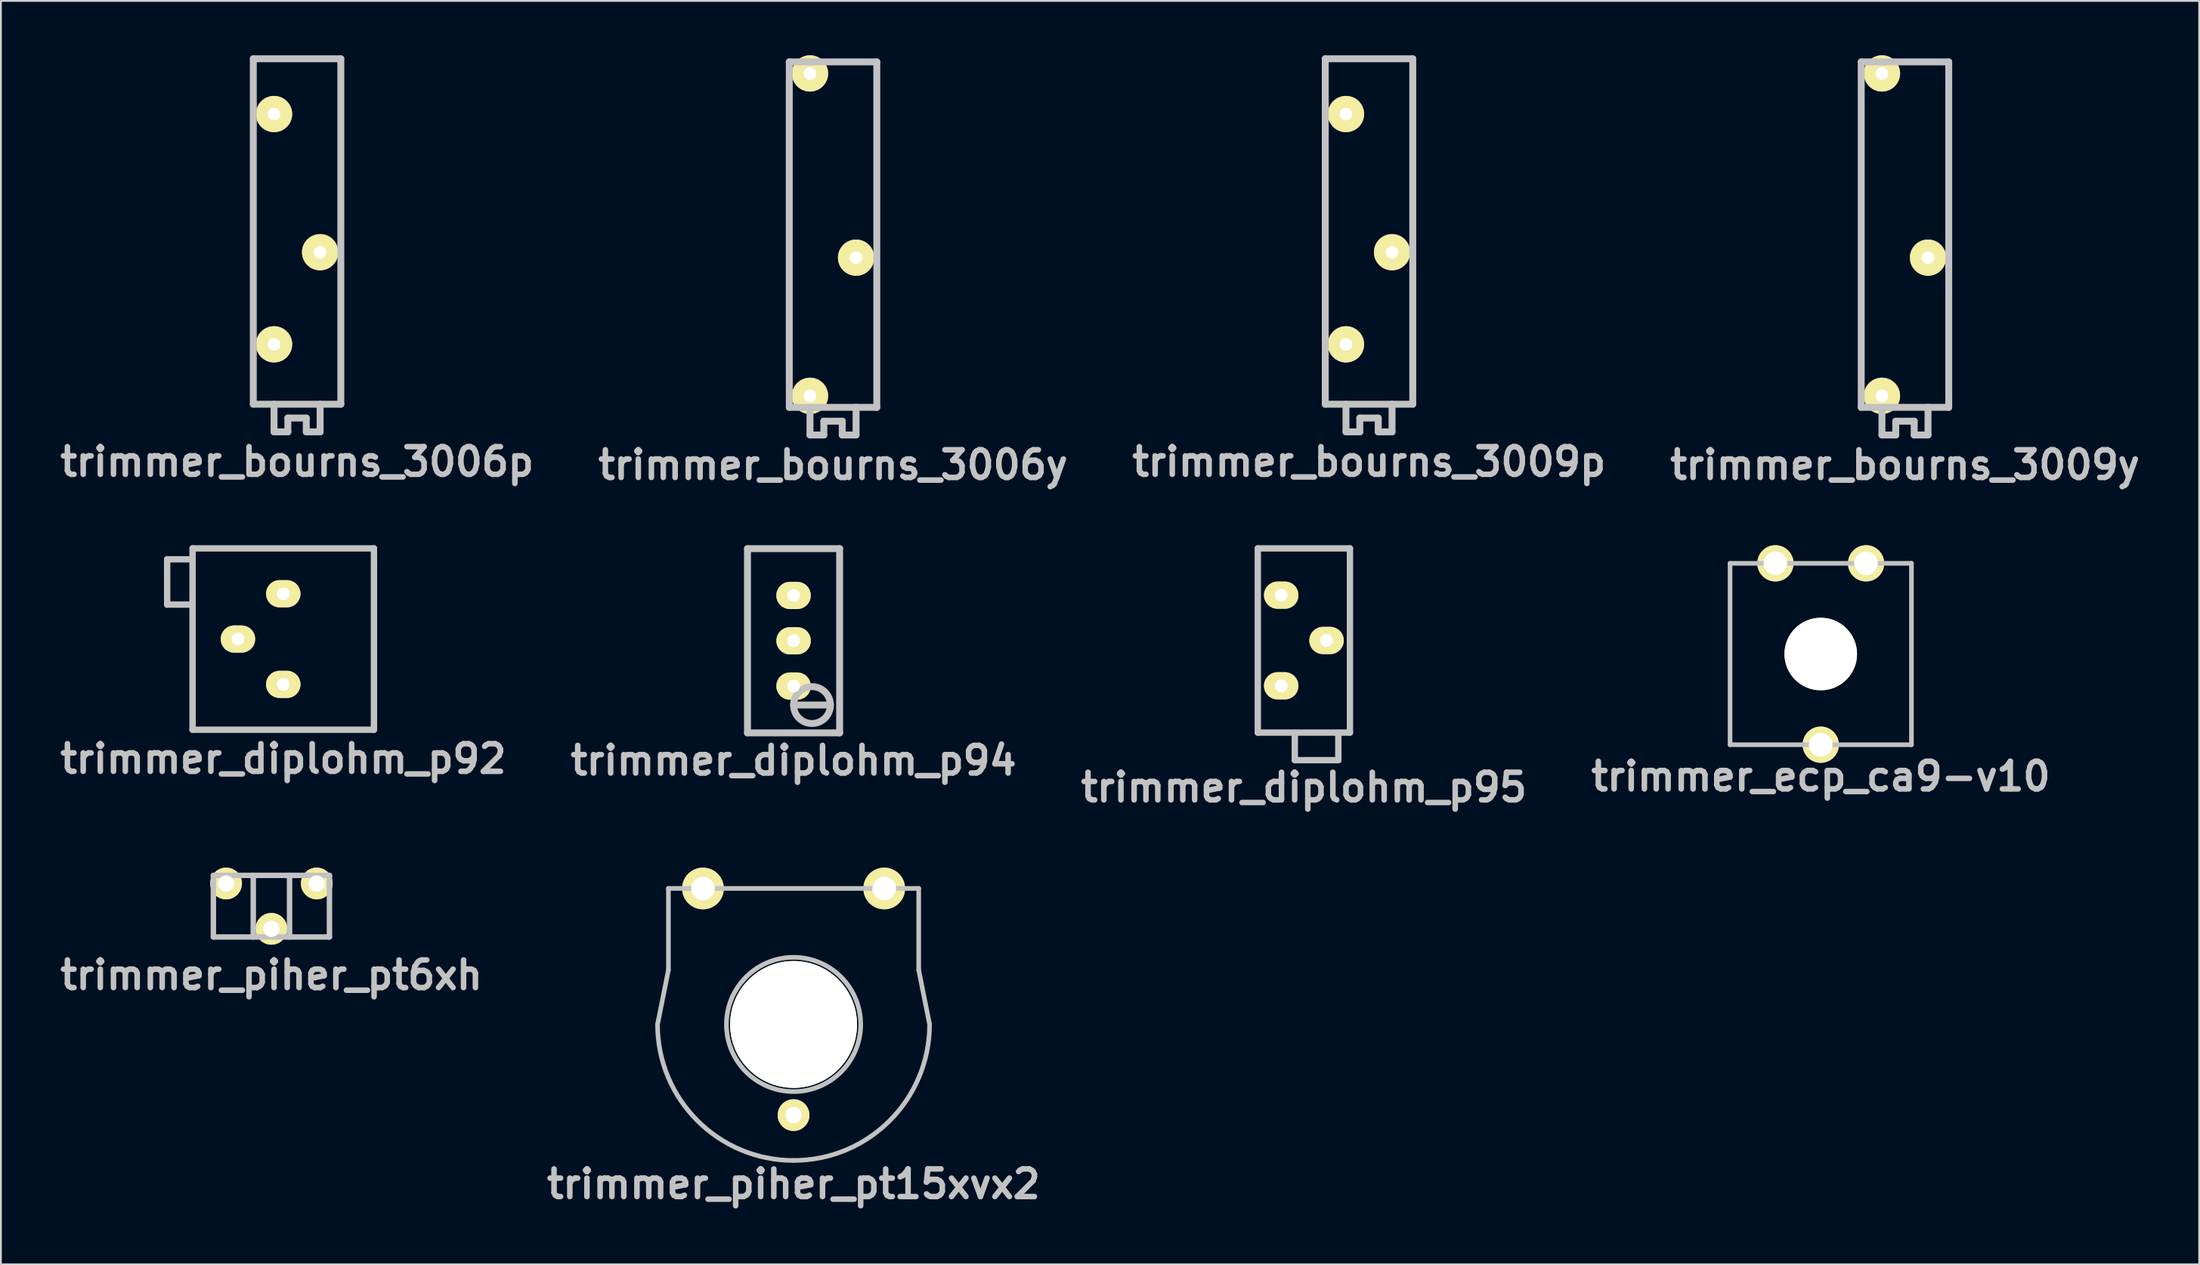
<source format=kicad_pcb>
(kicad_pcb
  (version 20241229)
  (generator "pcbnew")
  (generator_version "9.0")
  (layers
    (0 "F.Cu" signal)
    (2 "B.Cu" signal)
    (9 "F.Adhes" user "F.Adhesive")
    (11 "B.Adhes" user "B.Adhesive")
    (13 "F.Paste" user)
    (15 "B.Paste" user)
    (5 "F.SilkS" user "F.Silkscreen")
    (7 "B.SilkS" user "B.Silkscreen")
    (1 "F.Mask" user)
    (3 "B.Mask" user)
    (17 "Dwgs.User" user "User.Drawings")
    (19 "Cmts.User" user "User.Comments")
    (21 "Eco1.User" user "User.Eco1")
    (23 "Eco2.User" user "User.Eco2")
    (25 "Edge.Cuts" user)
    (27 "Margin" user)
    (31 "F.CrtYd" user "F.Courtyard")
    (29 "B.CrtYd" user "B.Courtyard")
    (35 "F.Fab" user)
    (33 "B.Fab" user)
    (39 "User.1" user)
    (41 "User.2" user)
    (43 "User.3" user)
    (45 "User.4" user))
  (footprint "trimmer_piher_pt6xh"
    (layer "F.Cu")
    (at 11.916 46.922)
    (property "Reference" "trimmer_piher_pt6xh" (at 0 3.8 0) (layer "Dwgs.User") (effects (font (size 1.524 1.524) (thickness 0.305))))
    (attr through_hole)
    (fp_line (start -3.2 -1.699) (end 3.2 -1.699) (stroke (width 0.3) (type solid)) (layer "Dwgs.User"))
    (fp_line (start -3.2 1.699) (end -3.2 -1.699) (stroke (width 0.3) (type solid)) (layer "Dwgs.User"))
    (fp_line (start -1.001 -1.699) (end -1.001 1.699) (stroke (width 0.3) (type solid)) (layer "Dwgs.User"))
    (fp_line (start 1.001 -1.699) (end 1.001 1.699) (stroke (width 0.3) (type solid)) (layer "Dwgs.User"))
    (fp_line (start 3.2 -1.699) (end 3.2 1.699) (stroke (width 0.3) (type solid)) (layer "Dwgs.User"))
    (fp_line (start 3.2 1.699) (end -3.2 1.699) (stroke (width 0.3) (type solid)) (layer "Dwgs.User"))
    (pad "1" thru_hole circle (at 2.499 -1.25) (size 1.75 1.75) (drill 0.899) (layers "*.Cu" "*.Mask" "F.SilkS"))
    (pad "2" thru_hole circle (at 0 1.25) (size 1.75 1.75) (drill 0.899) (layers "*.Cu" "*.Mask" "F.SilkS"))
    (pad "3" thru_hole circle (at -2.499 -1.25) (size 1.75 1.75) (drill 0.899) (layers "*.Cu" "*.Mask" "F.SilkS")))
  (footprint "trimmer_diplohm_p95"
    (layer "F.Cu")
    (at 68.847 32.271)
    (property "Reference" "trimmer_diplohm_p95" (at 0 8.1 0) (layer "Dwgs.User") (effects (font (size 1.524 1.524) (thickness 0.305))))
    (attr through_hole)
    (fp_line (start -2.54 5.08) (end -2.54 -5.08) (stroke (width 0.351) (type solid)) (layer "Dwgs.User"))
    (fp_line (start -0.5 5.1) (end -0.5 6.599) (stroke (width 0.351) (type solid)) (layer "Dwgs.User"))
    (fp_line (start -0.498 6.599) (end 1.9 6.599) (stroke (width 0.351) (type solid)) (layer "Dwgs.User"))
    (fp_line (start 1.9 6.599) (end 1.9 5.1) (stroke (width 0.351) (type solid)) (layer "Dwgs.User"))
    (fp_line (start 2.54 -5.08) (end -2.54 -5.08) (stroke (width 0.351) (type solid)) (layer "Dwgs.User"))
    (fp_line (start 2.54 -5.08) (end 2.54 5.08) (stroke (width 0.351) (type solid)) (layer "Dwgs.User"))
    (fp_line (start 2.54 5.08) (end -2.54 5.08) (stroke (width 0.351) (type solid)) (layer "Dwgs.User"))
    (pad "1" thru_hole oval (at -1.25 -2.499) (size 1.9 1.501) (drill 0.701) (layers "*.Cu" "*.Mask" "F.SilkS"))
    (pad "2" thru_hole oval (at 1.25 0) (size 1.9 1.501) (drill 0.701) (layers "*.Cu" "*.Mask" "F.SilkS"))
    (pad "3" thru_hole oval (at -1.25 2.499) (size 1.9 1.501) (drill 0.701) (layers "*.Cu" "*.Mask" "F.SilkS")))
  (footprint "trimmer_bourns_3009p"
    (layer "F.Cu")
    (at 72.439 9.716)
    (property "Reference" "trimmer_bourns_3009p" (at 0 12.7 0) (layer "Dwgs.User") (effects (font (size 1.524 1.524) (thickness 0.305))))
    (attr through_hole)
    (fp_line (start -2.413 9.525) (end -2.413 -9.525) (stroke (width 0.381) (type solid)) (layer "Dwgs.User"))
    (fp_line (start -1.27 9.525) (end -1.27 11.049) (stroke (width 0.381) (type solid)) (layer "Dwgs.User"))
    (fp_line (start -0.508 10.287) (end 0.508 10.287) (stroke (width 0.381) (type solid)) (layer "Dwgs.User"))
    (fp_line (start -0.508 11.049) (end -1.27 11.049) (stroke (width 0.381) (type solid)) (layer "Dwgs.User"))
    (fp_line (start -0.508 11.049) (end -0.508 10.287) (stroke (width 0.381) (type solid)) (layer "Dwgs.User"))
    (fp_line (start 0.508 10.287) (end 0.508 11.049) (stroke (width 0.381) (type solid)) (layer "Dwgs.User"))
    (fp_line (start 0.508 11.049) (end 1.27 11.049) (stroke (width 0.381) (type solid)) (layer "Dwgs.User"))
    (fp_line (start 1.27 11.049) (end 1.27 9.525) (stroke (width 0.381) (type solid)) (layer "Dwgs.User"))
    (fp_line (start 2.413 -9.525) (end -2.413 -9.525) (stroke (width 0.381) (type solid)) (layer "Dwgs.User"))
    (fp_line (start 2.413 -9.525) (end 2.413 9.525) (stroke (width 0.381) (type solid)) (layer "Dwgs.User"))
    (fp_line (start 2.413 9.525) (end -2.413 9.525) (stroke (width 0.381) (type solid)) (layer "Dwgs.User"))
    (pad "1" thru_hole oval (at -1.27 -6.477) (size 1.999 1.999) (drill 0.701) (layers "*.Cu" "*.Mask" "F.SilkS"))
    (pad "2" thru_hole oval (at 1.27 1.143) (size 1.999 1.999) (drill 0.701) (layers "*.Cu" "*.Mask" "F.SilkS"))
    (pad "3" thru_hole oval (at -1.27 6.223) (size 1.999 1.999) (drill 0.701) (layers "*.Cu" "*.Mask" "F.SilkS")))
  (footprint "trimmer_bourns_3006y"
    (layer "F.Cu")
    (at 42.885 9.889)
    (property "Reference" "trimmer_bourns_3006y" (at 0 12.7 0) (layer "Dwgs.User") (effects (font (size 1.524 1.524) (thickness 0.305))))
    (attr through_hole)
    (fp_line (start -2.413 9.525) (end -2.413 -9.525) (stroke (width 0.381) (type solid)) (layer "Dwgs.User"))
    (fp_line (start -1.27 9.525) (end -1.27 11.049) (stroke (width 0.381) (type solid)) (layer "Dwgs.User"))
    (fp_line (start -0.508 10.287) (end 0.508 10.287) (stroke (width 0.381) (type solid)) (layer "Dwgs.User"))
    (fp_line (start -0.508 11.049) (end -1.27 11.049) (stroke (width 0.381) (type solid)) (layer "Dwgs.User"))
    (fp_line (start -0.508 11.049) (end -0.508 10.287) (stroke (width 0.381) (type solid)) (layer "Dwgs.User"))
    (fp_line (start 0.508 10.287) (end 0.508 11.049) (stroke (width 0.381) (type solid)) (layer "Dwgs.User"))
    (fp_line (start 0.508 11.049) (end 1.27 11.049) (stroke (width 0.381) (type solid)) (layer "Dwgs.User"))
    (fp_line (start 1.27 11.049) (end 1.27 9.525) (stroke (width 0.381) (type solid)) (layer "Dwgs.User"))
    (fp_line (start 2.413 -9.525) (end -2.413 -9.525) (stroke (width 0.381) (type solid)) (layer "Dwgs.User"))
    (fp_line (start 2.413 -9.525) (end 2.413 9.525) (stroke (width 0.381) (type solid)) (layer "Dwgs.User"))
    (fp_line (start 2.413 9.525) (end -2.413 9.525) (stroke (width 0.381) (type solid)) (layer "Dwgs.User"))
    (pad "1" thru_hole oval (at -1.27 -8.89) (size 1.999 1.999) (drill 0.701) (layers "*.Cu" "*.Mask" "F.SilkS"))
    (pad "2" thru_hole oval (at 1.27 1.27) (size 1.999 1.999) (drill 0.701) (layers "*.Cu" "*.Mask" "F.SilkS"))
    (pad "3" thru_hole oval (at -1.27 8.89) (size 1.999 1.999) (drill 0.701) (layers "*.Cu" "*.Mask" "F.SilkS")))
  (footprint "trimmer_diplohm_p94"
    (layer "F.Cu")
    (at 40.708 32.286)
    (property "Reference" "trimmer_diplohm_p94" (at 0 6.604 0) (layer "Dwgs.User") (effects (font (size 1.524 1.524) (thickness 0.305))))
    (attr through_hole)
    (fp_line (start -2.54 5.08) (end -2.54 -5.08) (stroke (width 0.381) (type solid)) (layer "Dwgs.User"))
    (fp_line (start 0 3.543) (end 2.032 3.543) (stroke (width 0.381) (type solid)) (layer "Dwgs.User"))
    (fp_line (start 2.54 -5.08) (end -2.54 -5.08) (stroke (width 0.381) (type solid)) (layer "Dwgs.User"))
    (fp_line (start 2.54 -5.08) (end 2.54 5.08) (stroke (width 0.381) (type solid)) (layer "Dwgs.User"))
    (fp_line (start 2.54 5.08) (end -2.54 5.08) (stroke (width 0.381) (type solid)) (layer "Dwgs.User"))
    (fp_circle (center 1.016 3.546) (end 2.032 3.546) (stroke (width 0.381) (type solid)) (fill no) (layer "Dwgs.User"))
    (pad "1" thru_hole oval (at 0 2.499) (size 1.9 1.501) (drill 0.701) (layers "*.Cu" "*.Mask" "F.SilkS"))
    (pad "2" thru_hole oval (at 0 0) (size 1.9 1.501) (drill 0.701) (layers "*.Cu" "*.Mask" "F.SilkS"))
    (pad "3" thru_hole oval (at 0 -2.499) (size 1.9 1.501) (drill 0.701) (layers "*.Cu" "*.Mask" "F.SilkS")))
  (footprint "trimmer_piher_pt15xvx2"
    (layer "F.Cu")
    (at 40.708 53.445)
    (property "Reference" "trimmer_piher_pt15xvx2" (at 0 8.801 0) (layer "Dwgs.User") (effects (font (size 1.524 1.524) (thickness 0.305))))
    (attr through_hole)
    (fp_line (start -7.501 0) (end -6.901 -3) (stroke (width 0.254) (type solid)) (layer "Dwgs.User"))
    (fp_line (start -6.901 -7.501) (end 6.901 -7.501) (stroke (width 0.254) (type solid)) (layer "Dwgs.User"))
    (fp_line (start -6.901 -3) (end -6.901 -7.501) (stroke (width 0.254) (type solid)) (layer "Dwgs.User"))
    (fp_line (start 6.901 -7.501) (end 6.901 -3) (stroke (width 0.254) (type solid)) (layer "Dwgs.User"))
    (fp_line (start 7.501 0) (end 6.901 -3) (stroke (width 0.254) (type solid)) (layer "Dwgs.User"))
    (fp_arc (start 0 7.50062) (mid -5.303739 5.303739) (end -7.50062 0) (stroke (width 0.254) (type solid)) (layer "Dwgs.User"))
    (fp_arc (start 7.50062 0) (mid 5.303739 5.303739) (end 0 7.50062) (stroke (width 0.254) (type solid)) (layer "Dwgs.User"))
    (fp_circle (center 0 0) (end -3.701 -0.099) (stroke (width 0.254) (type solid)) (fill no) (layer "Dwgs.User"))
    (pad "" np_thru_hole circle (at 0 0) (size 6.998 6.998) (drill 6.998) (layers "*.Cu" "*.Mask" "F.SilkS"))
    (pad "1" thru_hole circle (at 4.999 -7.498) (size 2.299 2.299) (drill 1.298) (layers "*.Cu" "*.Mask" "F.SilkS"))
    (pad "2" thru_hole circle (at 0 4.999) (size 1.75 1.75) (drill 0.899) (layers "*.Cu" "*.Mask" "F.SilkS"))
    (pad "3" thru_hole circle (at -4.996 -7.498) (size 2.299 2.299) (drill 1.298) (layers "*.Cu" "*.Mask" "F.SilkS")))
  (footprint "trimmer_diplohm_p92"
    (layer "F.Cu")
    (at 12.569 32.192)
    (property "Reference" "trimmer_diplohm_p92" (at 0 6.604 0) (layer "Dwgs.User") (effects (font (size 1.524 1.524) (thickness 0.305))))
    (attr through_hole)
    (fp_line (start -6.401 -4.399) (end -6.401 -1.9) (stroke (width 0.351) (type solid)) (layer "Dwgs.User"))
    (fp_line (start -6.401 -1.9) (end -5.1 -1.9) (stroke (width 0.351) (type solid)) (layer "Dwgs.User"))
    (fp_line (start -5.001 -5.001) (end 5.001 -5.001) (stroke (width 0.351) (type solid)) (layer "Dwgs.User"))
    (fp_line (start -5.001 -4.399) (end -6.401 -4.399) (stroke (width 0.351) (type solid)) (layer "Dwgs.User"))
    (fp_line (start -5.001 5.001) (end -5.001 -5.001) (stroke (width 0.351) (type solid)) (layer "Dwgs.User"))
    (fp_line (start 5.001 -5.001) (end 5.001 5.001) (stroke (width 0.351) (type solid)) (layer "Dwgs.User"))
    (fp_line (start 5.001 5.001) (end -5.001 5.001) (stroke (width 0.351) (type solid)) (layer "Dwgs.User"))
    (pad "1" thru_hole oval (at 0 -2.499) (size 1.9 1.501) (drill 0.701) (layers "*.Cu" "*.Mask" "F.SilkS"))
    (pad "2" thru_hole oval (at -2.499 0) (size 1.9 1.501) (drill 0.701) (layers "*.Cu" "*.Mask" "F.SilkS"))
    (pad "3" thru_hole oval (at 0 2.499) (size 1.9 1.501) (drill 0.701) (layers "*.Cu" "*.Mask" "F.SilkS")))
  (footprint "trimmer_bourns_3006p"
    (layer "F.Cu")
    (at 13.331 9.716)
    (property "Reference" "trimmer_bourns_3006p" (at 0 12.7 0) (layer "Dwgs.User") (effects (font (size 1.524 1.524) (thickness 0.305))))
    (attr through_hole)
    (fp_line (start -2.413 9.525) (end -2.413 -9.525) (stroke (width 0.381) (type solid)) (layer "Dwgs.User"))
    (fp_line (start -1.27 9.525) (end -1.27 11.049) (stroke (width 0.381) (type solid)) (layer "Dwgs.User"))
    (fp_line (start -0.508 10.287) (end 0.508 10.287) (stroke (width 0.381) (type solid)) (layer "Dwgs.User"))
    (fp_line (start -0.508 11.049) (end -1.27 11.049) (stroke (width 0.381) (type solid)) (layer "Dwgs.User"))
    (fp_line (start -0.508 11.049) (end -0.508 10.287) (stroke (width 0.381) (type solid)) (layer "Dwgs.User"))
    (fp_line (start 0.508 10.287) (end 0.508 11.049) (stroke (width 0.381) (type solid)) (layer "Dwgs.User"))
    (fp_line (start 0.508 11.049) (end 1.27 11.049) (stroke (width 0.381) (type solid)) (layer "Dwgs.User"))
    (fp_line (start 1.27 11.049) (end 1.27 9.525) (stroke (width 0.381) (type solid)) (layer "Dwgs.User"))
    (fp_line (start 2.413 -9.525) (end -2.413 -9.525) (stroke (width 0.381) (type solid)) (layer "Dwgs.User"))
    (fp_line (start 2.413 -9.525) (end 2.413 9.525) (stroke (width 0.381) (type solid)) (layer "Dwgs.User"))
    (fp_line (start 2.413 9.525) (end -2.413 9.525) (stroke (width 0.381) (type solid)) (layer "Dwgs.User"))
    (pad "1" thru_hole oval (at -1.27 -6.477) (size 1.999 1.999) (drill 0.701) (layers "*.Cu" "*.Mask" "F.SilkS"))
    (pad "2" thru_hole oval (at 1.27 1.143) (size 1.999 1.999) (drill 0.701) (layers "*.Cu" "*.Mask" "F.SilkS"))
    (pad "3" thru_hole oval (at -1.27 6.223) (size 1.999 1.999) (drill 0.701) (layers "*.Cu" "*.Mask" "F.SilkS")))
  (footprint "trimmer_bourns_3009y"
    (layer "F.Cu")
    (at 101.993 9.889)
    (property "Reference" "trimmer_bourns_3009y" (at 0 12.7 0) (layer "Dwgs.User") (effects (font (size 1.524 1.524) (thickness 0.305))))
    (attr through_hole)
    (fp_line (start -2.413 9.525) (end -2.413 -9.525) (stroke (width 0.381) (type solid)) (layer "Dwgs.User"))
    (fp_line (start -1.27 9.525) (end -1.27 11.049) (stroke (width 0.381) (type solid)) (layer "Dwgs.User"))
    (fp_line (start -0.508 10.287) (end 0.508 10.287) (stroke (width 0.381) (type solid)) (layer "Dwgs.User"))
    (fp_line (start -0.508 11.049) (end -1.27 11.049) (stroke (width 0.381) (type solid)) (layer "Dwgs.User"))
    (fp_line (start -0.508 11.049) (end -0.508 10.287) (stroke (width 0.381) (type solid)) (layer "Dwgs.User"))
    (fp_line (start 0.508 10.287) (end 0.508 11.049) (stroke (width 0.381) (type solid)) (layer "Dwgs.User"))
    (fp_line (start 0.508 11.049) (end 1.27 11.049) (stroke (width 0.381) (type solid)) (layer "Dwgs.User"))
    (fp_line (start 1.27 11.049) (end 1.27 9.525) (stroke (width 0.381) (type solid)) (layer "Dwgs.User"))
    (fp_line (start 2.413 -9.525) (end -2.413 -9.525) (stroke (width 0.381) (type solid)) (layer "Dwgs.User"))
    (fp_line (start 2.413 -9.525) (end 2.413 9.525) (stroke (width 0.381) (type solid)) (layer "Dwgs.User"))
    (fp_line (start 2.413 9.525) (end -2.413 9.525) (stroke (width 0.381) (type solid)) (layer "Dwgs.User"))
    (pad "1" thru_hole oval (at -1.27 -8.89) (size 1.999 1.999) (drill 0.701) (layers "*.Cu" "*.Mask" "F.SilkS"))
    (pad "2" thru_hole oval (at 1.27 1.27) (size 1.999 1.999) (drill 0.701) (layers "*.Cu" "*.Mask" "F.SilkS"))
    (pad "3" thru_hole oval (at -1.27 8.89) (size 1.999 1.999) (drill 0.701) (layers "*.Cu" "*.Mask" "F.SilkS")))
  (footprint "trimmer_ecp_ca9-v10"
    (layer "F.Cu")
    (at 97.348 33.017)
    (property "Reference" "trimmer_ecp_ca9-v10" (at 0 6.749 0) (layer "Dwgs.User") (effects (font (size 1.524 1.524) (thickness 0.305))))
    (attr through_hole)
    (fp_line (start -5.001 -5.001) (end -5.001 5.001) (stroke (width 0.254) (type solid)) (layer "Dwgs.User"))
    (fp_line (start -5.001 5.001) (end 5.001 5.001) (stroke (width 0.254) (type solid)) (layer "Dwgs.User"))
    (fp_line (start -1.001 -0.249) (end -0.5 -0.249) (stroke (width 0.254) (type solid)) (layer "Dwgs.User"))
    (fp_line (start -0.5 -1.001) (end 0.5 -1.001) (stroke (width 0.254) (type solid)) (layer "Dwgs.User"))
    (fp_line (start -0.5 -0.249) (end -0.5 -1.001) (stroke (width 0.254) (type solid)) (layer "Dwgs.User"))
    (fp_line (start -0.5 0.249) (end -1.001 -0.249) (stroke (width 0.254) (type solid)) (layer "Dwgs.User"))
    (fp_line (start -0.5 1.001) (end -0.5 0.249) (stroke (width 0.254) (type solid)) (layer "Dwgs.User"))
    (fp_line (start 0.5 -1.001) (end 0.5 -0.249) (stroke (width 0.254) (type solid)) (layer "Dwgs.User"))
    (fp_line (start 0.5 -0.249) (end 1.001 -0.249) (stroke (width 0.254) (type solid)) (layer "Dwgs.User"))
    (fp_line (start 0.5 0.249) (end 0.5 1.001) (stroke (width 0.254) (type solid)) (layer "Dwgs.User"))
    (fp_line (start 0.5 1.001) (end -0.5 1.001) (stroke (width 0.254) (type solid)) (layer "Dwgs.User"))
    (fp_line (start 1.001 -0.249) (end 0.5 0.249) (stroke (width 0.254) (type solid)) (layer "Dwgs.User"))
    (fp_line (start 5.001 -5.001) (end -5.001 -5.001) (stroke (width 0.254) (type solid)) (layer "Dwgs.User"))
    (fp_line (start 5.001 5.001) (end 5.001 -5.001) (stroke (width 0.254) (type solid)) (layer "Dwgs.User"))
    (fp_circle (center 0 0) (end -1.501 0) (stroke (width 0.254) (type solid)) (fill no) (layer "Dwgs.User"))
    (pad "" np_thru_hole circle (at 0 0) (size 4 4) (drill 4) (layers "*.Cu" "*.Mask" "F.SilkS"))
    (pad "1" thru_hole circle (at 2.499 -5.001) (size 1.999 1.999) (drill 1.3) (layers "*.Cu" "*.Mask" "F.SilkS"))
    (pad "2" thru_hole circle (at 0 5.001) (size 1.999 1.999) (drill 1.3) (layers "*.Cu" "*.Mask" "F.SilkS"))
    (pad "3" thru_hole circle (at -2.499 -5.001) (size 1.999 1.999) (drill 1.3) (layers "*.Cu" "*.Mask" "F.SilkS")))
  (gr_rect
    (start -3 -3)
    (end 118.216 66.673)
    (stroke (width 0.1) (type default))
    (fill no)
    (layer "Edge.Cuts")))
</source>
